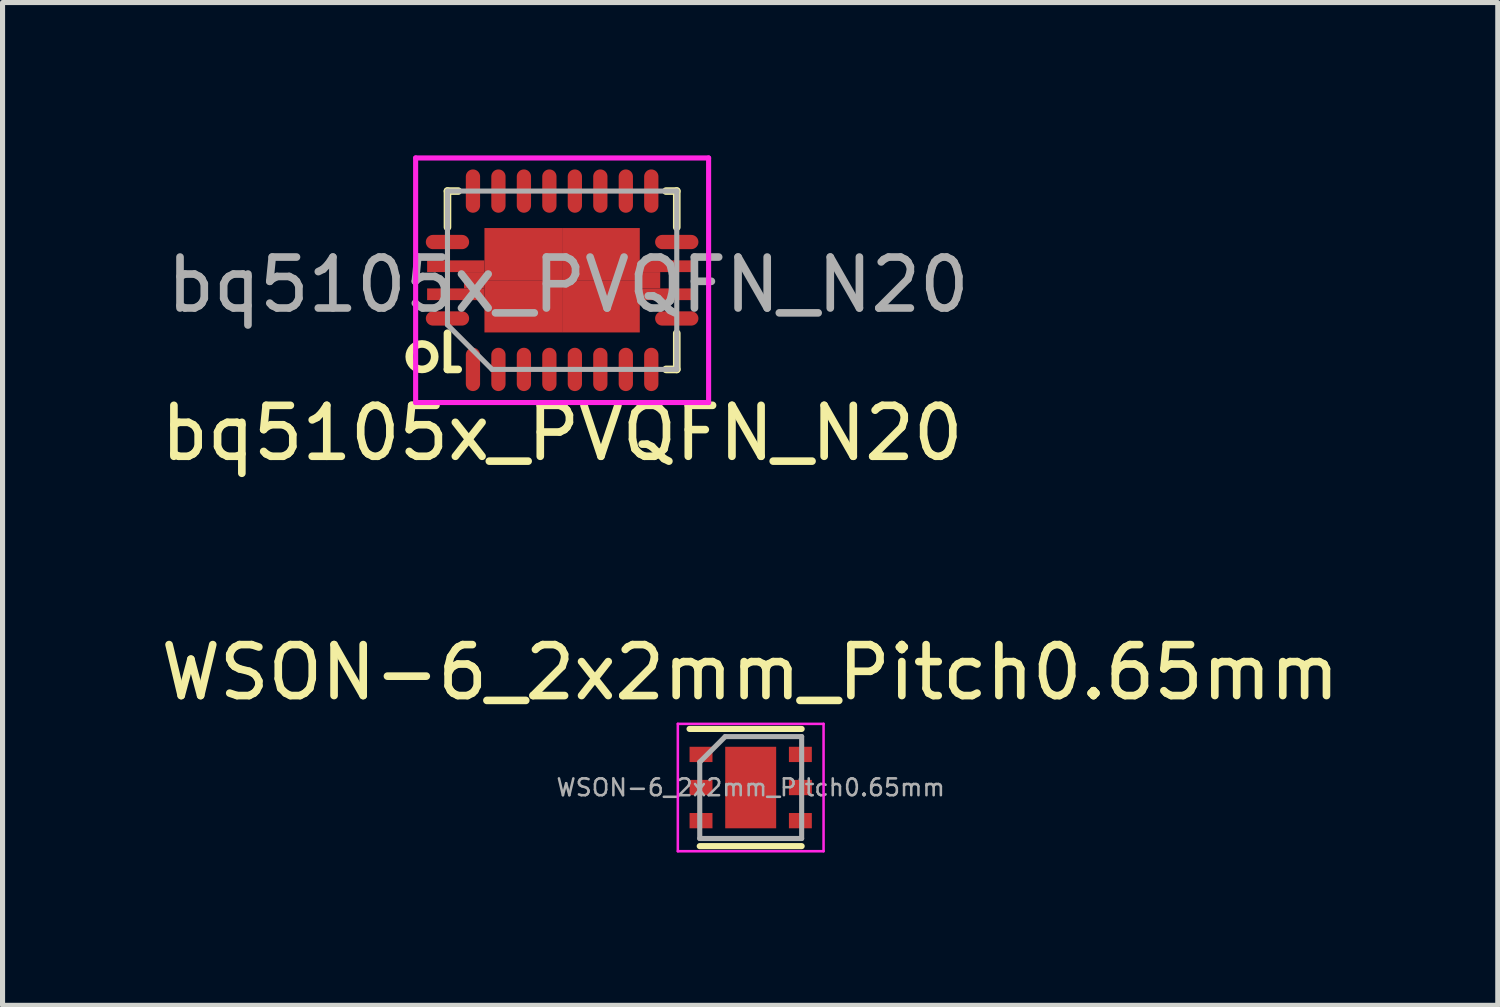
<source format=kicad_pcb>
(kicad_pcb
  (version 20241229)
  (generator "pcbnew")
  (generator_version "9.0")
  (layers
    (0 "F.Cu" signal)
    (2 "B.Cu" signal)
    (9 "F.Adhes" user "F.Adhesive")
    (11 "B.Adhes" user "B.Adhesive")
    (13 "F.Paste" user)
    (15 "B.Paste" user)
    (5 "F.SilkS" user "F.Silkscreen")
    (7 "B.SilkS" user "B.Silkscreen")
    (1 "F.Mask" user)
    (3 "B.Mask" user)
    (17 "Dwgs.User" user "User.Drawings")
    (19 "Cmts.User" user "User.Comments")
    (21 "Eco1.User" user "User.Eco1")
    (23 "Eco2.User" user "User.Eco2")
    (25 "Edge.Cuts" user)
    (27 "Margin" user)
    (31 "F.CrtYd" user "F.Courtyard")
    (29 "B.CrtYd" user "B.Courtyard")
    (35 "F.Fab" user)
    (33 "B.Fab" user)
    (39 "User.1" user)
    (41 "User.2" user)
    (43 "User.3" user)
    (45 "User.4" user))
  (footprint "WSON-6_2x2mm_Pitch0.65mm"
    (layer "F.Cu")
    (at 11.683 12.406)
    (property "Reference" "WSON-6_2x2mm_Pitch0.65mm" (at -0.01 -2.26 0) (layer "F.SilkS") (effects (font (size 1 1) (thickness 0.15))))
    (attr smd)
    (fp_line (start -1 1.15) (end 1 1.15) (stroke (width 0.12) (type solid)) (layer "F.SilkS"))
    (fp_line (start 1 -1.15) (end -1.2 -1.15) (stroke (width 0.12) (type solid)) (layer "F.SilkS"))
    (fp_line (start -1.43 -1.25) (end -1.43 1.25) (stroke (width 0.05) (type solid)) (layer "F.CrtYd"))
    (fp_line (start -1.43 1.25) (end 1.43 1.25) (stroke (width 0.05) (type solid)) (layer "F.CrtYd"))
    (fp_line (start 1.43 -1.25) (end -1.43 -1.25) (stroke (width 0.05) (type solid)) (layer "F.CrtYd"))
    (fp_line (start 1.43 1.25) (end 1.43 -1.25) (stroke (width 0.05) (type solid)) (layer "F.CrtYd"))
    (fp_line (start -1 -0.5) (end -1 1) (stroke (width 0.1) (type solid)) (layer "F.Fab"))
    (fp_line (start -0.5 -1) (end -1 -0.5) (stroke (width 0.1) (type solid)) (layer "F.Fab"))
    (fp_line (start -0.5 -1) (end 1 -1) (stroke (width 0.1) (type solid)) (layer "F.Fab"))
    (fp_line (start 1 -1) (end 1 1) (stroke (width 0.1) (type solid)) (layer "F.Fab"))
    (fp_line (start 1 1) (end -1 1) (stroke (width 0.1) (type solid)) (layer "F.Fab"))
    (fp_text user "${REFERENCE}" (at 0 0 0) (layer "F.Fab") (effects (font (size 0.33 0.33) (thickness 0.05))))
    (pad "" smd rect (at 0 -0.45 270) (size 0.7 1) (layers "F.Paste"))
    (pad "" smd rect (at 0 0.45 270) (size 0.7 1) (layers "F.Paste"))
    (pad "1" smd rect (at -0.975 -0.65 270) (size 0.3 0.45) (layers "F.Cu" "F.Mask" "F.Paste"))
    (pad "2" smd rect (at -0.975 0 270) (size 0.3 0.45) (layers "F.Cu" "F.Mask" "F.Paste"))
    (pad "3" smd rect (at -0.975 0.65 270) (size 0.3 0.45) (layers "F.Cu" "F.Mask" "F.Paste"))
    (pad "4" smd rect (at 0.975 0.65 270) (size 0.3 0.45) (layers "F.Cu" "F.Mask" "F.Paste"))
    (pad "5" smd rect (at 0.975 0 270) (size 0.3 0.45) (layers "F.Cu" "F.Mask" "F.Paste"))
    (pad "6" smd rect (at 0.975 -0.65 270) (size 0.3 0.45) (layers "F.Cu" "F.Mask" "F.Paste"))
    (pad "7" smd rect (at 0 0 270) (size 1.6 1) (layers "F.Cu" "F.Mask")))
  (footprint "bq5105x_PVQFN_N20"
    (layer "F.Cu")
    (at 7.982 2.45)
    (property "Reference" "bq5105x_PVQFN_N20" (at 0 3 0) (layer "F.SilkS") (effects (font (size 1 1) (thickness 0.15))))
    (attr smd)
    (fp_line (start -2.25 -1.75) (end -2.25 -1.04) (stroke (width 0.15) (type solid)) (layer "F.SilkS"))
    (fp_line (start -2.25 1.04) (end -2.25 1.75) (stroke (width 0.15) (type solid)) (layer "F.SilkS"))
    (fp_line (start -2.25 1.75) (end -2.04 1.75) (stroke (width 0.15) (type solid)) (layer "F.SilkS"))
    (fp_line (start -2.04 -1.75) (end -2.25 -1.75) (stroke (width 0.15) (type solid)) (layer "F.SilkS"))
    (fp_line (start 2.04 1.75) (end 2.25 1.75) (stroke (width 0.15) (type solid)) (layer "F.SilkS"))
    (fp_line (start 2.25 -1.75) (end 2.04 -1.75) (stroke (width 0.15) (type solid)) (layer "F.SilkS"))
    (fp_line (start 2.25 -1.04) (end 2.25 -1.75) (stroke (width 0.15) (type solid)) (layer "F.SilkS"))
    (fp_line (start 2.25 1.75) (end 2.25 1.04) (stroke (width 0.15) (type solid)) (layer "F.SilkS"))
    (fp_circle (center -2.75 1.5) (end -3 1.5) (stroke (width 0.15) (type solid)) (fill no) (layer "F.SilkS"))
    (fp_line (start -2.875 -2.4) (end -2.875 2.4) (stroke (width 0.1) (type solid)) (layer "F.CrtYd"))
    (fp_line (start 2.875 -2.4) (end -2.875 -2.4) (stroke (width 0.1) (type solid)) (layer "F.CrtYd"))
    (fp_line (start 2.875 -2.4) (end 2.875 2.4) (stroke (width 0.1) (type solid)) (layer "F.CrtYd"))
    (fp_line (start 2.875 2.4) (end -2.875 2.4) (stroke (width 0.1) (type solid)) (layer "F.CrtYd"))
    (fp_line (start -2.25 -1.75) (end -2.25 0.875) (stroke (width 0.1) (type solid)) (layer "F.Fab"))
    (fp_line (start -2.25 0.875) (end -1.375 1.75) (stroke (width 0.1) (type solid)) (layer "F.Fab"))
    (fp_line (start -1.375 1.75) (end 2.25 1.75) (stroke (width 0.1) (type solid)) (layer "F.Fab"))
    (fp_line (start 2.25 -1.75) (end -2.25 -1.75) (stroke (width 0.1) (type solid)) (layer "F.Fab"))
    (fp_line (start 2.25 -1.75) (end 2.25 1.75) (stroke (width 0.1) (type solid)) (layer "F.Fab"))
    (fp_text user "${REFERENCE}" (at 0.12 0.09 0) (layer "F.Fab") (effects (font (size 1 1) (thickness 0.15))))
    (pad "1" smd oval (at -2.25 0.75) (size 0.85 0.28) (layers "F.Cu" "F.Mask" "F.Paste"))
    (pad "2" smd oval (at -1.75 1.75 90) (size 0.85 0.28) (layers "F.Cu" "F.Mask" "F.Paste"))
    (pad "3" smd oval (at -1.25 1.75 90) (size 0.85 0.28) (layers "F.Cu" "F.Mask" "F.Paste"))
    (pad "4" smd oval (at -0.75 1.75 90) (size 0.85 0.28) (layers "F.Cu" "F.Mask" "F.Paste"))
    (pad "5" smd oval (at -0.25 1.75 90) (size 0.85 0.28) (layers "F.Cu" "F.Mask" "F.Paste"))
    (pad "6" smd oval (at 0.25 1.75 90) (size 0.85 0.28) (layers "F.Cu" "F.Mask" "F.Paste"))
    (pad "7" smd oval (at 0.75 1.75 90) (size 0.85 0.28) (layers "F.Cu" "F.Mask" "F.Paste"))
    (pad "8" smd oval (at 1.25 1.75 90) (size 0.85 0.28) (layers "F.Cu" "F.Mask" "F.Paste"))
    (pad "9" smd oval (at 1.75 1.75 90) (size 0.85 0.28) (layers "F.Cu" "F.Mask" "F.Paste"))
    (pad "10" smd oval (at 2.25 0.75 180) (size 0.85 0.28) (layers "F.Cu" "F.Mask" "F.Paste"))
    (pad "11" smd oval (at 2.25 -0.75 180) (size 0.85 0.28) (layers "F.Cu" "F.Mask" "F.Paste"))
    (pad "12" smd oval (at 1.75 -1.75 270) (size 0.85 0.28) (layers "F.Cu" "F.Mask" "F.Paste"))
    (pad "13" smd oval (at 1.25 -1.75 270) (size 0.85 0.28) (layers "F.Cu" "F.Mask" "F.Paste"))
    (pad "14" smd oval (at 0.75 -1.75 270) (size 0.85 0.28) (layers "F.Cu" "F.Mask" "F.Paste"))
    (pad "15" smd oval (at 0.25 -1.75 270) (size 0.85 0.28) (layers "F.Cu" "F.Mask" "F.Paste"))
    (pad "16" smd oval (at -0.25 -1.75 270) (size 0.85 0.28) (layers "F.Cu" "F.Mask" "F.Paste"))
    (pad "17" smd oval (at -0.75 -1.75 270) (size 0.85 0.28) (layers "F.Cu" "F.Mask" "F.Paste"))
    (pad "18" smd oval (at -1.25 -1.75 270) (size 0.85 0.28) (layers "F.Cu" "F.Mask" "F.Paste"))
    (pad "19" smd oval (at -1.75 -1.75 270) (size 0.85 0.28) (layers "F.Cu" "F.Mask" "F.Paste"))
    (pad "20" smd oval (at -2.25 -0.75 180) (size 0.85 0.28) (layers "F.Cu" "F.Mask" "F.Paste"))
    (pad "21" smd rect (at -2.087 -0.275) (size 1.125 0.23) (layers "F.Cu" "F.Mask" "F.Paste"))
    (pad "21" smd rect (at -2.087 0.275) (size 1.125 0.23) (layers "F.Cu" "F.Mask" "F.Paste"))
    (pad "21" smd rect (at -1.725 0) (size 0.4 0.32) (layers "F.Cu" "F.Mask" "F.Paste"))
    (pad "21" smd rect (at 0 0) (size 1.525 1.025) (drill (offset 0.762 -0.512)) (layers "F.Cu" "F.Mask" "F.Paste"))
    (pad "21" smd rect (at 0 0) (size 1.525 1.025) (drill (offset -0.762 -0.512)) (layers "F.Cu" "F.Mask" "F.Paste"))
    (pad "21" smd rect (at 0 0) (size 1.525 1.025) (drill (offset -0.762 0.512)) (layers "F.Cu" "F.Mask" "F.Paste"))
    (pad "21" smd rect (at 0 0) (size 1.525 1.025) (drill (offset 0.762 0.512)) (layers "F.Cu" "F.Mask" "F.Paste"))
    (pad "21" smd rect (at 1.725 0 180) (size 0.4 0.32) (layers "F.Cu" "F.Mask" "F.Paste"))
    (pad "21" smd rect (at 2.087 -0.275 180) (size 1.125 0.23) (layers "F.Cu" "F.Mask" "F.Paste"))
    (pad "21" smd rect (at 2.087 0.275 180) (size 1.125 0.23) (layers "F.Cu" "F.Mask" "F.Paste")))
  (gr_rect
    (start -3 -3)
    (end 26.345 16.681)
    (stroke (width 0.1) (type default))
    (fill no)
    (layer "Edge.Cuts")))
</source>
